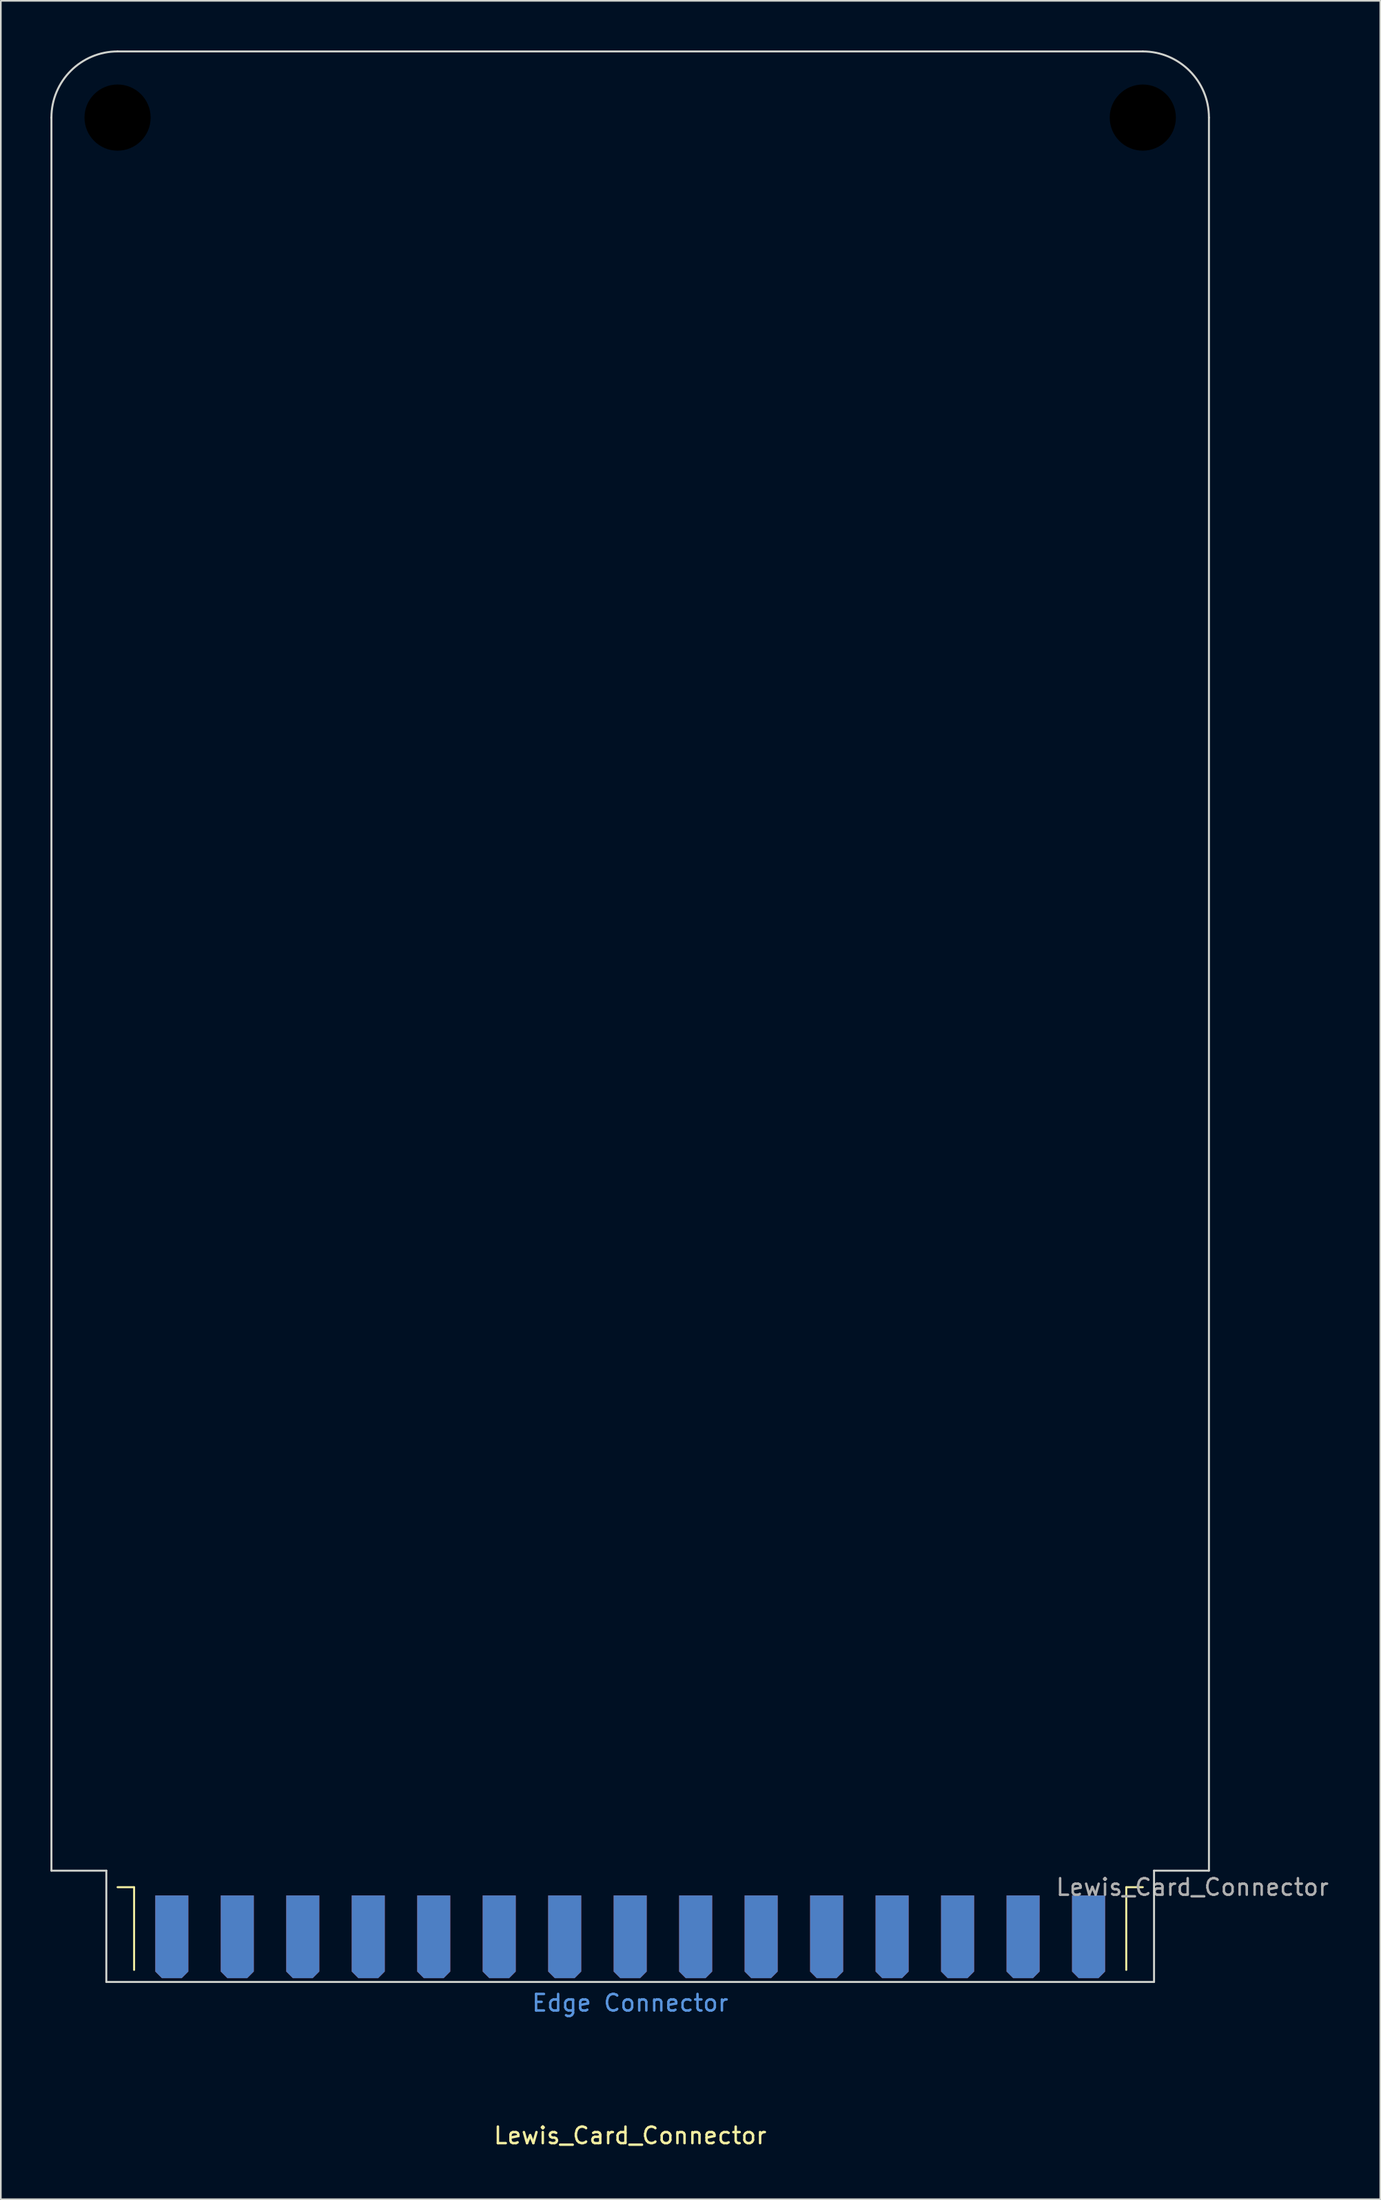
<source format=kicad_pcb>
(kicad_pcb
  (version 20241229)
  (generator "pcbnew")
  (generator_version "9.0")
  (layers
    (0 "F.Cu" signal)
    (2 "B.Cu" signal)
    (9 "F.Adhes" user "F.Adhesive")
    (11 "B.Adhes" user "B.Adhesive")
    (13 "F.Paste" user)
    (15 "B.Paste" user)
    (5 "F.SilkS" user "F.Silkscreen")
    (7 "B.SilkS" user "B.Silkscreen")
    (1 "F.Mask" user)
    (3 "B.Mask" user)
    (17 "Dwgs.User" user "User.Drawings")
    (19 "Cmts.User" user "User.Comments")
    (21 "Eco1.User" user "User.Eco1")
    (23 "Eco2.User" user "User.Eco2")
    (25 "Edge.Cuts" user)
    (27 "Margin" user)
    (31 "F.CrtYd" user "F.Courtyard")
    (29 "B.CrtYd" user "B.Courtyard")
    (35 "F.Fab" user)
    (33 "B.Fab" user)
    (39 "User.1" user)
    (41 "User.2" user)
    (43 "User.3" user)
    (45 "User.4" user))
  (footprint "Lewis_Card_Connector"
    (layer "F.Cu")
    (at 35.06 110.06)
    (property "Reference" "Lewis_Card_Connector" (at 0 16.02 0) (unlocked yes) (layer "F.SilkS") (effects (font (size 1 1) (thickness 0.15))))
    (fp_line (start -30 1) (end -31 1) (stroke (width 0.12) (type solid)) (layer "F.SilkS"))
    (fp_line (start -30 6) (end -30 1) (stroke (width 0.12) (type solid)) (layer "F.SilkS"))
    (fp_line (start 30 1) (end 31 1) (stroke (width 0.12) (type solid)) (layer "F.SilkS"))
    (fp_line (start 30 6) (end 30 1) (stroke (width 0.12) (type solid)) (layer "F.SilkS"))
    (fp_line (start -35 -106) (end -35 0) (stroke (width 0.12) (type solid)) (layer "Edge.Cuts"))
    (fp_line (start -35 0) (end -31.68 0) (stroke (width 0.12) (type solid)) (layer "Edge.Cuts"))
    (fp_line (start -31.68 0) (end -31.68 6.73) (stroke (width 0.12) (type solid)) (layer "Edge.Cuts"))
    (fp_line (start -31.68 6.73) (end 31.68 6.73) (stroke (width 0.12) (type solid)) (layer "Edge.Cuts"))
    (fp_line (start 31 -110) (end -31 -110) (stroke (width 0.12) (type solid)) (layer "Edge.Cuts"))
    (fp_line (start 31.68 0) (end 35 0) (stroke (width 0.12) (type solid)) (layer "Edge.Cuts"))
    (fp_line (start 31.68 6.73) (end 31.68 0) (stroke (width 0.12) (type solid)) (layer "Edge.Cuts"))
    (fp_line (start 35 0) (end 35 -106) (stroke (width 0.12) (type solid)) (layer "Edge.Cuts"))
    (fp_arc (start -35 -106) (mid -33.828427 -108.828427) (end -31 -110) (stroke (width 0.12) (type solid)) (layer "Edge.Cuts"))
    (fp_arc (start 31 -110) (mid 33.828427 -108.828427) (end 35 -106) (stroke (width 0.12) (type solid)) (layer "Edge.Cuts"))
    (fp_text user "Edge Connector" (at 0 8 0) (unlocked yes) (layer "Cmts.User") (effects (font (size 1 1) (thickness 0.15))))
    (fp_text user "${REFERENCE}" (at 34 1 0) (unlocked yes) (layer "F.Fab") (effects (font (size 1 1) (thickness 0.15))))
    (pad "" np_thru_hole circle (at -31 -106) (size 4 4) (drill 4) (layers "*.Mask"))
    (pad "" np_thru_hole circle (at 31 -106) (size 4 4) (drill 4) (layers "*.Mask"))
    (pad "1" connect roundrect (at -27.72 4 90) (size 5 2) (layers "F.Cu" "F.Mask") (roundrect_rratio 0) (chamfer_ratio 0.2) (chamfer top_left bottom_left))
    (pad "2" connect roundrect (at -27.72 4 270) (size 5 2) (layers "B.Cu" "B.Mask") (roundrect_rratio 0) (chamfer_ratio 0.2) (chamfer top_right bottom_right))
    (pad "3" connect roundrect (at -23.76 4 90) (size 5 2) (layers "F.Cu" "F.Mask") (roundrect_rratio 0) (chamfer_ratio 0.2) (chamfer top_left bottom_left))
    (pad "4" connect roundrect (at -23.76 4 270) (size 5 2) (layers "B.Cu" "B.Mask") (roundrect_rratio 0) (chamfer_ratio 0.2) (chamfer top_right bottom_right))
    (pad "5" connect roundrect (at -19.8 4 90) (size 5 2) (layers "F.Cu" "F.Mask") (roundrect_rratio 0) (chamfer_ratio 0.2) (chamfer top_left bottom_left))
    (pad "6" connect roundrect (at -19.8 4 270) (size 5 2) (layers "B.Cu" "B.Mask") (roundrect_rratio 0) (chamfer_ratio 0.2) (chamfer top_right bottom_right))
    (pad "7" connect roundrect (at -15.84 4 90) (size 5 2) (layers "F.Cu" "F.Mask") (roundrect_rratio 0) (chamfer_ratio 0.2) (chamfer top_left bottom_left))
    (pad "8" connect roundrect (at -15.84 4 270) (size 5 2) (layers "B.Cu" "B.Mask") (roundrect_rratio 0) (chamfer_ratio 0.2) (chamfer top_right bottom_right))
    (pad "9" connect roundrect (at -11.88 4 90) (size 5 2) (layers "F.Cu" "F.Mask") (roundrect_rratio 0) (chamfer_ratio 0.2) (chamfer top_left bottom_left))
    (pad "10" connect roundrect (at -11.88 4 270) (size 5 2) (layers "B.Cu" "B.Mask") (roundrect_rratio 0) (chamfer_ratio 0.2) (chamfer top_right bottom_right))
    (pad "11" connect roundrect (at -7.92 4 90) (size 5 2) (layers "F.Cu" "F.Mask") (roundrect_rratio 0) (chamfer_ratio 0.2) (chamfer top_left bottom_left))
    (pad "12" connect roundrect (at -7.92 4 270) (size 5 2) (layers "B.Cu" "B.Mask") (roundrect_rratio 0) (chamfer_ratio 0.2) (chamfer top_right bottom_right))
    (pad "13" connect roundrect (at -3.96 4 90) (size 5 2) (layers "F.Cu" "F.Mask") (roundrect_rratio 0) (chamfer_ratio 0.2) (chamfer top_left bottom_left))
    (pad "14" connect roundrect (at -3.96 4 270) (size 5 2) (layers "B.Cu" "B.Mask") (roundrect_rratio 0) (chamfer_ratio 0.2) (chamfer top_right bottom_right))
    (pad "15" connect roundrect (at 0 4 90) (size 5 2) (layers "F.Cu" "F.Mask") (roundrect_rratio 0) (chamfer_ratio 0.2) (chamfer top_left bottom_left))
    (pad "16" connect roundrect (at 0 4 270) (size 5 2) (layers "B.Cu" "B.Mask") (roundrect_rratio 0) (chamfer_ratio 0.2) (chamfer top_right bottom_right))
    (pad "17" connect roundrect (at 3.96 4 90) (size 5 2) (layers "F.Cu" "F.Mask") (roundrect_rratio 0) (chamfer_ratio 0.2) (chamfer top_left bottom_left))
    (pad "18" connect roundrect (at 3.96 4 270) (size 5 2) (layers "B.Cu" "B.Mask") (roundrect_rratio 0) (chamfer_ratio 0.2) (chamfer top_right bottom_right))
    (pad "19" connect roundrect (at 7.92 4 90) (size 5 2) (layers "F.Cu" "F.Mask") (roundrect_rratio 0) (chamfer_ratio 0.2) (chamfer top_left bottom_left))
    (pad "20" connect roundrect (at 7.92 4 270) (size 5 2) (layers "B.Cu" "B.Mask") (roundrect_rratio 0) (chamfer_ratio 0.2) (chamfer top_right bottom_right))
    (pad "21" connect roundrect (at 11.88 4 90) (size 5 2) (layers "F.Cu" "F.Mask") (roundrect_rratio 0) (chamfer_ratio 0.2) (chamfer top_left bottom_left))
    (pad "22" connect roundrect (at 11.88 4 270) (size 5 2) (layers "B.Cu" "B.Mask") (roundrect_rratio 0) (chamfer_ratio 0.2) (chamfer top_right bottom_right))
    (pad "23" connect roundrect (at 15.84 4 90) (size 5 2) (layers "F.Cu" "F.Mask") (roundrect_rratio 0) (chamfer_ratio 0.2) (chamfer top_left bottom_left))
    (pad "24" connect roundrect (at 15.84 4 270) (size 5 2) (layers "B.Cu" "B.Mask") (roundrect_rratio 0) (chamfer_ratio 0.2) (chamfer top_right bottom_right))
    (pad "25" connect roundrect (at 19.8 4 90) (size 5 2) (layers "F.Cu" "F.Mask") (roundrect_rratio 0) (chamfer_ratio 0.2) (chamfer top_left bottom_left))
    (pad "26" connect roundrect (at 19.8 4 270) (size 5 2) (layers "B.Cu" "B.Mask") (roundrect_rratio 0) (chamfer_ratio 0.2) (chamfer top_right bottom_right))
    (pad "27" connect roundrect (at 23.76 4 90) (size 5 2) (layers "F.Cu" "F.Mask") (roundrect_rratio 0) (chamfer_ratio 0.2) (chamfer top_left bottom_left))
    (pad "28" connect roundrect (at 23.76 4 270) (size 5 2) (layers "B.Cu" "B.Mask") (roundrect_rratio 0) (chamfer_ratio 0.2) (chamfer top_right bottom_right))
    (pad "29" connect roundrect (at 27.72 4 90) (size 5 2) (layers "F.Cu" "F.Mask") (roundrect_rratio 0) (chamfer_ratio 0.2) (chamfer top_left bottom_left))
    (pad "30" connect roundrect (at 27.72 4 270) (size 5 2) (layers "B.Cu" "B.Mask") (roundrect_rratio 0) (chamfer_ratio 0.2) (chamfer top_right bottom_right)))
  (gr_rect
    (start -3 -3)
    (end 80.423 129.928)
    (stroke (width 0.1) (type default))
    (fill no)
    (layer "Edge.Cuts")))
</source>
